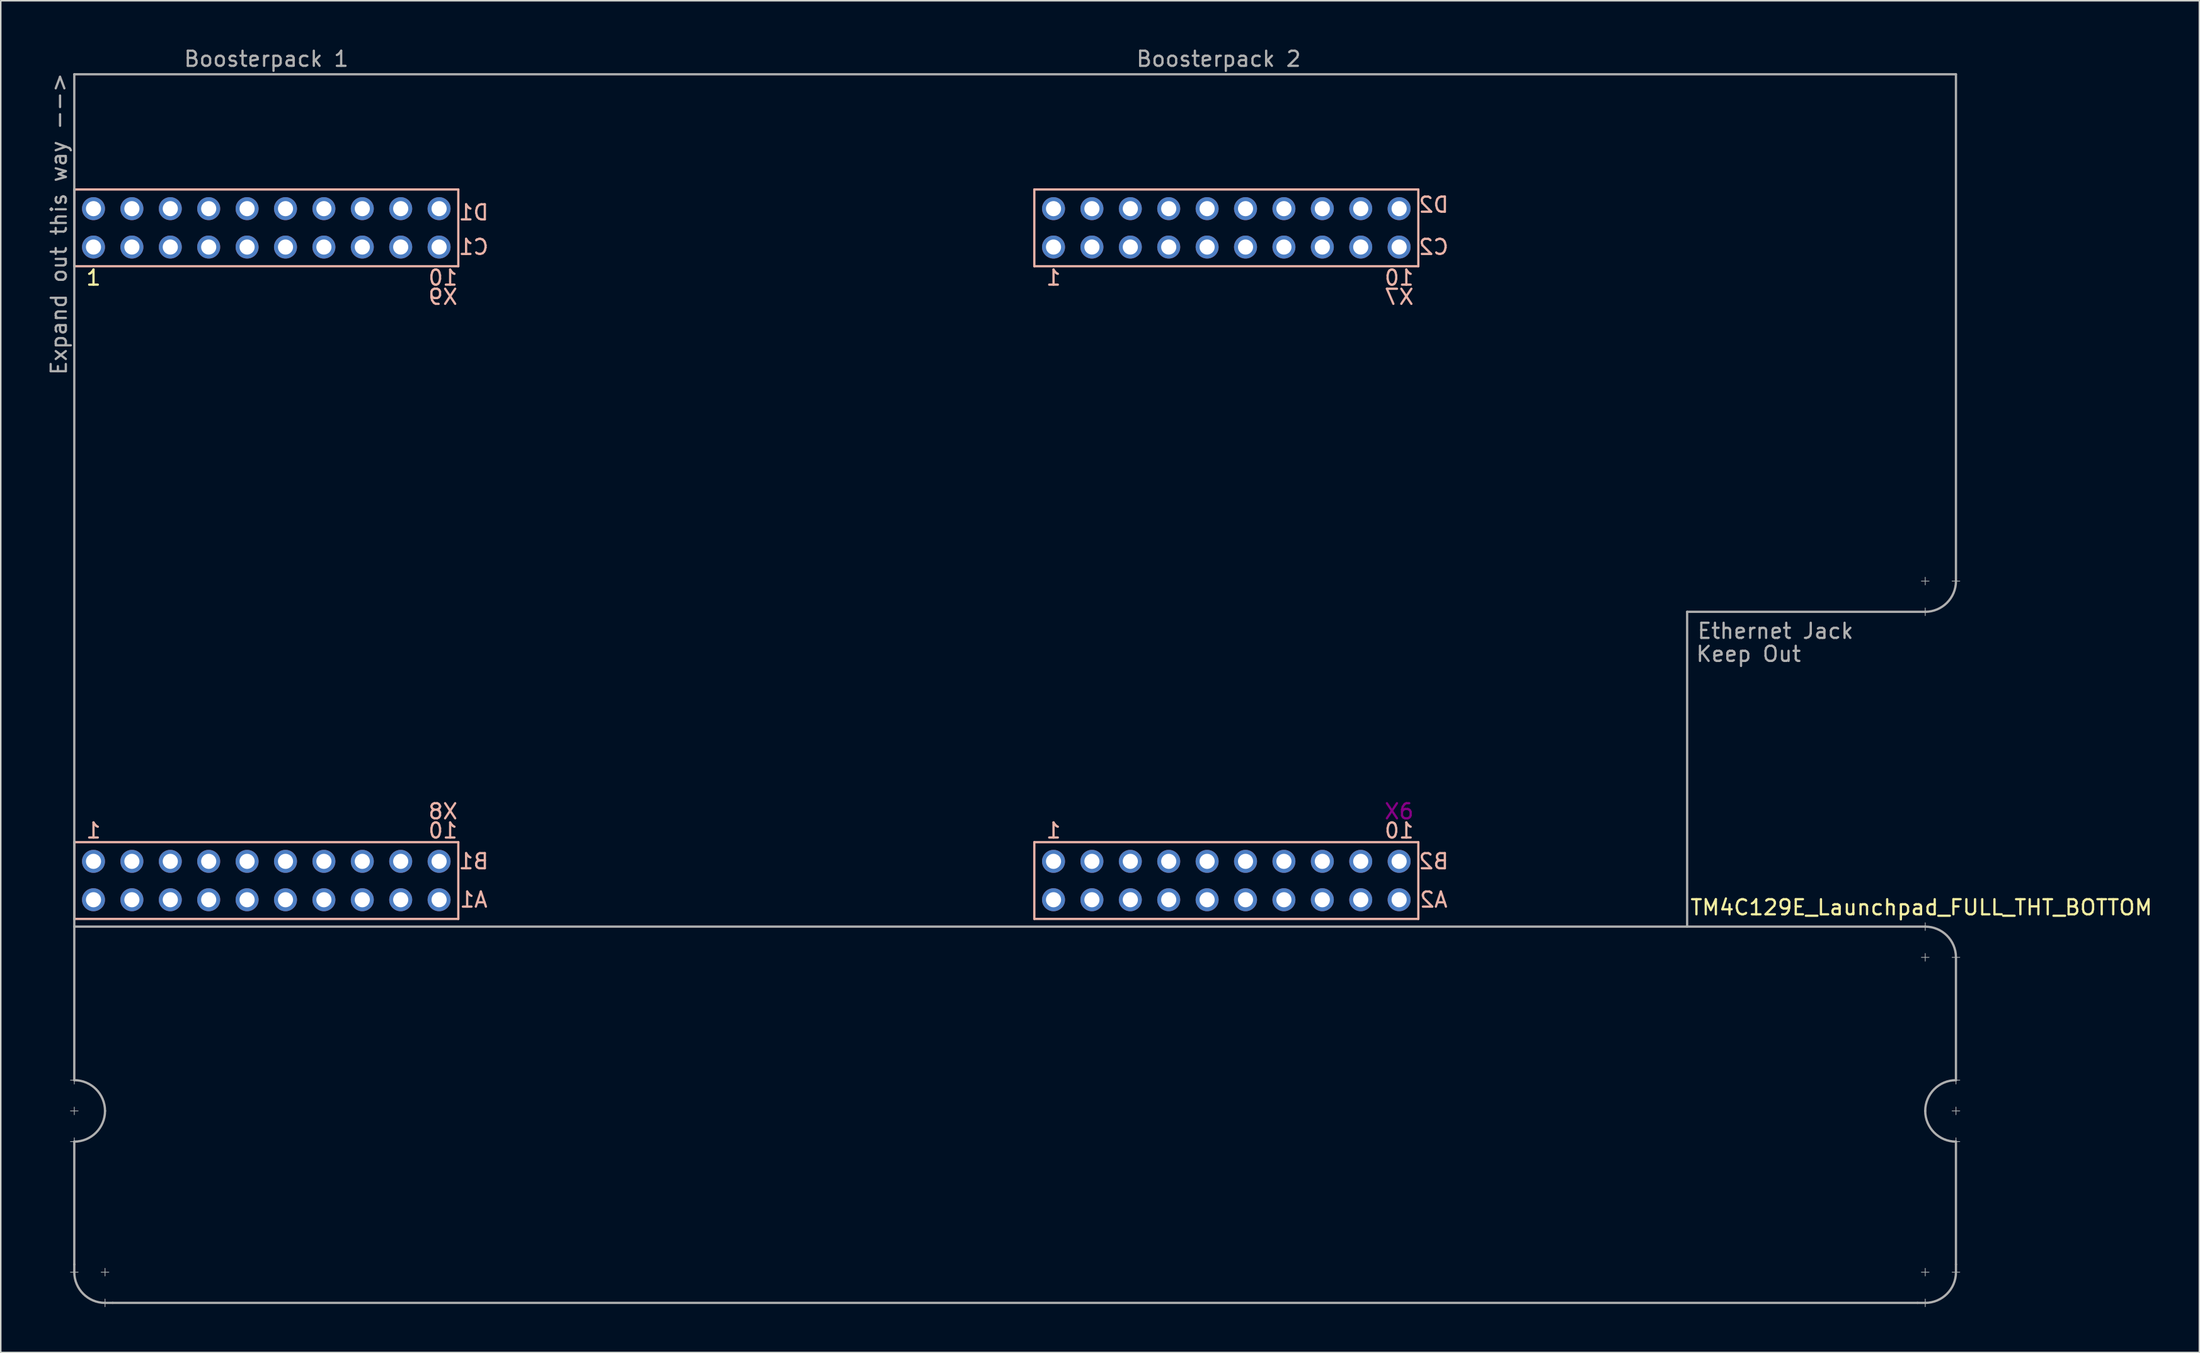
<source format=kicad_pcb>
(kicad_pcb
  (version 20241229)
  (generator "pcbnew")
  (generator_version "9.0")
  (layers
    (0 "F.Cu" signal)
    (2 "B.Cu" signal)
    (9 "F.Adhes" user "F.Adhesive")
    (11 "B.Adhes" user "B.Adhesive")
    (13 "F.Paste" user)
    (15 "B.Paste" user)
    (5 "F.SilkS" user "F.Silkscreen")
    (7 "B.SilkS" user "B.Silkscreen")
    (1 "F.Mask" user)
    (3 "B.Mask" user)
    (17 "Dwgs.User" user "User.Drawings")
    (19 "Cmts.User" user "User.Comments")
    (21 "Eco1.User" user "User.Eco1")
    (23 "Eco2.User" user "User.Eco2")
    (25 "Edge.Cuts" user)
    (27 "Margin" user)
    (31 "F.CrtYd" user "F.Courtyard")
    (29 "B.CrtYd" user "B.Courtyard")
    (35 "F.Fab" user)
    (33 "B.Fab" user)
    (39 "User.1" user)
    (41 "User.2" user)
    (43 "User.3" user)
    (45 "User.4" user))
  (footprint "TM4C129E_Launchpad_FULL_THT_BOTTOM"
    (layer "F.Cu")
    (at 1.864 57.744)
    (property "Reference" "TM4C129E_Launchpad_FULL_THT_BOTTOM" (at 122.174 -0.762 180) (layer "F.SilkS") (effects (font (size 1 1) (thickness 0.15))))
    (attr through_hole)
    (fp_line (start 0 -48.26) (end 0 -43.18) (stroke (width 0.15) (type solid)) (layer "B.SilkS"))
    (fp_line (start 0 -43.18) (end 25.4 -43.18) (stroke (width 0.15) (type solid)) (layer "B.SilkS"))
    (fp_line (start 0 -5.08) (end 0 0) (stroke (width 0.15) (type solid)) (layer "B.SilkS"))
    (fp_line (start 0 0) (end 25.4 0) (stroke (width 0.15) (type solid)) (layer "B.SilkS"))
    (fp_line (start 25.4 -48.26) (end 0 -48.26) (stroke (width 0.15) (type solid)) (layer "B.SilkS"))
    (fp_line (start 25.4 -43.18) (end 25.4 -48.26) (stroke (width 0.15) (type solid)) (layer "B.SilkS"))
    (fp_line (start 25.4 -5.08) (end 0 -5.08) (stroke (width 0.15) (type solid)) (layer "B.SilkS"))
    (fp_line (start 25.4 0) (end 25.4 -5.08) (stroke (width 0.15) (type solid)) (layer "B.SilkS"))
    (fp_line (start 63.5 -48.26) (end 63.5 -43.18) (stroke (width 0.15) (type solid)) (layer "B.SilkS"))
    (fp_line (start 63.5 -43.18) (end 88.9 -43.18) (stroke (width 0.15) (type solid)) (layer "B.SilkS"))
    (fp_line (start 63.5 -5.08) (end 63.5 0) (stroke (width 0.15) (type solid)) (layer "B.SilkS"))
    (fp_line (start 63.5 0) (end 88.9 0) (stroke (width 0.15) (type solid)) (layer "B.SilkS"))
    (fp_line (start 88.9 -48.26) (end 63.5 -48.26) (stroke (width 0.15) (type solid)) (layer "B.SilkS"))
    (fp_line (start 88.9 -43.18) (end 88.9 -48.26) (stroke (width 0.15) (type solid)) (layer "B.SilkS"))
    (fp_line (start 88.9 -5.08) (end 63.5 -5.08) (stroke (width 0.15) (type solid)) (layer "B.SilkS"))
    (fp_line (start 88.9 0) (end 88.9 -5.08) (stroke (width 0.15) (type solid)) (layer "B.SilkS"))
    (fp_line (start -0.254 10.668) (end 0.254 10.668) (stroke (width 0.05) (type solid)) (layer "F.Fab"))
    (fp_line (start -0.254 12.7) (end 0.254 12.7) (stroke (width 0.05) (type solid)) (layer "F.Fab"))
    (fp_line (start -0.254 14.732) (end 0.254 14.732) (stroke (width 0.05) (type solid)) (layer "F.Fab"))
    (fp_line (start 0 -55.88) (end 0 0.508) (stroke (width 0.15) (type solid)) (layer "F.Fab"))
    (fp_line (start 0 -55.88) (end 124.46 -55.88) (stroke (width 0.15) (type solid)) (layer "F.Fab"))
    (fp_line (start 0 0.508) (end 122.428 0.508) (stroke (width 0.15) (type solid)) (layer "F.Fab"))
    (fp_line (start 0 10.414) (end 0 10.922) (stroke (width 0.05) (type solid)) (layer "F.Fab"))
    (fp_line (start 0 10.668) (end 0 0.508) (stroke (width 0.15) (type solid)) (layer "F.Fab"))
    (fp_line (start 0 12.446) (end 0 12.954) (stroke (width 0.05) (type solid)) (layer "F.Fab"))
    (fp_line (start 0 14.478) (end 0 14.986) (stroke (width 0.05) (type solid)) (layer "F.Fab"))
    (fp_line (start 0 22.86) (end 0 14.732) (stroke (width 0.15) (type solid)) (layer "F.Fab"))
    (fp_line (start 0 22.86) (end 0 23.368) (stroke (width 0.15) (type solid)) (layer "F.Fab"))
    (fp_line (start 0.254 23.368) (end -0.254 23.368) (stroke (width 0.05) (type solid)) (layer "F.Fab"))
    (fp_line (start 1.778 23.368) (end 2.286 23.368) (stroke (width 0.05) (type solid)) (layer "F.Fab"))
    (fp_line (start 2.032 23.114) (end 2.032 23.622) (stroke (width 0.05) (type solid)) (layer "F.Fab"))
    (fp_line (start 2.032 25.146) (end 2.032 25.654) (stroke (width 0.05) (type solid)) (layer "F.Fab"))
    (fp_line (start 2.032 25.4) (end 2.54 25.4) (stroke (width 0.15) (type solid)) (layer "F.Fab"))
    (fp_line (start 2.54 25.4) (end 121.92 25.4) (stroke (width 0.15) (type solid)) (layer "F.Fab"))
    (fp_line (start 106.68 -20.32) (end 106.68 0.508) (stroke (width 0.15) (type solid)) (layer "F.Fab"))
    (fp_line (start 121.92 25.4) (end 122.428 25.4) (stroke (width 0.15) (type solid)) (layer "F.Fab"))
    (fp_line (start 122.174 -22.352) (end 122.682 -22.352) (stroke (width 0.05) (type solid)) (layer "F.Fab"))
    (fp_line (start 122.174 2.54) (end 122.682 2.54) (stroke (width 0.05) (type solid)) (layer "F.Fab"))
    (fp_line (start 122.174 23.368) (end 122.682 23.368) (stroke (width 0.05) (type solid)) (layer "F.Fab"))
    (fp_line (start 122.428 -22.606) (end 122.428 -22.098) (stroke (width 0.05) (type solid)) (layer "F.Fab"))
    (fp_line (start 122.428 -20.574) (end 122.428 -20.066) (stroke (width 0.05) (type solid)) (layer "F.Fab"))
    (fp_line (start 122.428 -20.32) (end 106.68 -20.32) (stroke (width 0.15) (type solid)) (layer "F.Fab"))
    (fp_line (start 122.428 0.254) (end 122.428 0.762) (stroke (width 0.05) (type solid)) (layer "F.Fab"))
    (fp_line (start 122.428 2.286) (end 122.428 2.794) (stroke (width 0.05) (type solid)) (layer "F.Fab"))
    (fp_line (start 122.428 23.114) (end 122.428 23.622) (stroke (width 0.05) (type solid)) (layer "F.Fab"))
    (fp_line (start 122.428 25.146) (end 122.428 25.654) (stroke (width 0.05) (type solid)) (layer "F.Fab"))
    (fp_line (start 124.206 -22.352) (end 124.714 -22.352) (stroke (width 0.05) (type solid)) (layer "F.Fab"))
    (fp_line (start 124.206 2.54) (end 124.714 2.54) (stroke (width 0.05) (type solid)) (layer "F.Fab"))
    (fp_line (start 124.206 10.668) (end 124.714 10.668) (stroke (width 0.05) (type solid)) (layer "F.Fab"))
    (fp_line (start 124.206 12.7) (end 124.714 12.7) (stroke (width 0.05) (type solid)) (layer "F.Fab"))
    (fp_line (start 124.206 14.732) (end 124.714 14.732) (stroke (width 0.05) (type solid)) (layer "F.Fab"))
    (fp_line (start 124.206 23.368) (end 124.714 23.368) (stroke (width 0.05) (type solid)) (layer "F.Fab"))
    (fp_line (start 124.46 -55.88) (end 124.46 -22.352) (stroke (width 0.15) (type solid)) (layer "F.Fab"))
    (fp_line (start 124.46 10.414) (end 124.46 10.922) (stroke (width 0.05) (type solid)) (layer "F.Fab"))
    (fp_line (start 124.46 10.668) (end 124.46 2.54) (stroke (width 0.15) (type solid)) (layer "F.Fab"))
    (fp_line (start 124.46 12.446) (end 124.46 12.954) (stroke (width 0.05) (type solid)) (layer "F.Fab"))
    (fp_line (start 124.46 14.478) (end 124.46 14.986) (stroke (width 0.05) (type solid)) (layer "F.Fab"))
    (fp_line (start 124.46 14.732) (end 124.46 22.86) (stroke (width 0.15) (type solid)) (layer "F.Fab"))
    (fp_line (start 124.46 23.343) (end 124.46 22.86) (stroke (width 0.15) (type solid)) (layer "F.Fab"))
    (fp_arc (start 0 10.668) (mid 1.436841 11.263159) (end 2.032 12.7) (stroke (width 0.15) (type solid)) (layer "F.Fab"))
    (fp_arc (start 2.032 12.7) (mid 1.436841 14.136841) (end 0 14.732) (stroke (width 0.15) (type solid)) (layer "F.Fab"))
    (fp_arc (start 2.032 25.4) (mid 0.595159 24.804841) (end 0 23.368) (stroke (width 0.15) (type solid)) (layer "F.Fab"))
    (fp_arc (start 122.428 0.508) (mid 123.864841 1.103159) (end 124.46 2.54) (stroke (width 0.15) (type solid)) (layer "F.Fab"))
    (fp_arc (start 122.428 12.7) (mid 123.023159 11.263159) (end 124.46 10.668) (stroke (width 0.15) (type solid)) (layer "F.Fab"))
    (fp_arc (start 124.46 -22.352) (mid 123.864841 -20.915159) (end 122.428 -20.32) (stroke (width 0.15) (type solid)) (layer "F.Fab"))
    (fp_arc (start 124.46 14.732) (mid 123.023159 14.136841) (end 122.428 12.7) (stroke (width 0.15) (type solid)) (layer "F.Fab"))
    (fp_arc (start 124.46 23.368) (mid 123.864841 24.804841) (end 122.428 25.4) (stroke (width 0.15) (type solid)) (layer "F.Fab"))
    (fp_text user "1" (at 1.27 -42.418 180) (layer "F.SilkS") (effects (font (size 1 1) (thickness 0.15))))
    (fp_text user "A2" (at 89.916 -1.27 180) (layer "B.SilkS") (effects (font (size 1 1) (thickness 0.15)) (justify mirror)))
    (fp_text user "X9" (at 24.384 -41.148 180) (layer "B.SilkS") (effects (font (size 1 1) (thickness 0.15)) (justify mirror)))
    (fp_text user "X7" (at 87.63 -41.148 180) (layer "B.SilkS") (effects (font (size 1 1) (thickness 0.15)) (justify mirror)))
    (fp_text user "D2" (at 89.916 -47.244 0) (layer "B.SilkS") (effects (font (size 1 1) (thickness 0.15)) (justify mirror)))
    (fp_text user "1" (at 64.77 -42.418 180) (layer "B.SilkS") (effects (font (size 1 1) (thickness 0.15)) (justify mirror)))
    (fp_text user "B2" (at 89.916 -3.81 180) (layer "B.SilkS") (effects (font (size 1 1) (thickness 0.15)) (justify mirror)))
    (fp_text user "B1" (at 26.416 -3.81 180) (layer "B.SilkS") (effects (font (size 1 1) (thickness 0.15)) (justify mirror)))
    (fp_text user "10" (at 24.384 -42.418 180) (layer "B.SilkS") (effects (font (size 1 1) (thickness 0.15)) (justify mirror)))
    (fp_text user "D1" (at 26.416 -46.736 180) (layer "B.SilkS") (effects (font (size 1 1) (thickness 0.15)) (justify mirror)))
    (fp_text user "A1" (at 26.416 -1.27 180) (layer "B.SilkS") (effects (font (size 1 1) (thickness 0.15)) (justify mirror)))
    (fp_text user "10" (at 87.63 -42.418 180) (layer "B.SilkS") (effects (font (size 1 1) (thickness 0.15)) (justify mirror)))
    (fp_text user "10" (at 24.384 -5.842 180) (layer "B.SilkS") (effects (font (size 1 1) (thickness 0.15)) (justify mirror)))
    (fp_text user "X8" (at 24.384 -7.112 180) (layer "B.SilkS") (effects (font (size 1 1) (thickness 0.15)) (justify mirror)))
    (fp_text user "1" (at 64.77 -5.842 180) (layer "B.SilkS") (effects (font (size 1 1) (thickness 0.15)) (justify mirror)))
    (fp_text user "C2" (at 89.916 -44.45 180) (layer "B.SilkS") (effects (font (size 1 1) (thickness 0.15)) (justify mirror)))
    (fp_text user "1" (at 1.27 -5.842 180) (layer "B.SilkS") (effects (font (size 1 1) (thickness 0.15)) (justify mirror)))
    (fp_text user "C1" (at 26.416 -44.45 180) (layer "B.SilkS") (effects (font (size 1 1) (thickness 0.15)) (justify mirror)))
    (fp_text user "10" (at 87.63 -5.842 180) (layer "B.SilkS") (effects (font (size 1 1) (thickness 0.15)) (justify mirror)))
    (fp_text user "X6" (at 87.63 -7.112 0) (layer "F.Adhes") (effects (font (size 1 1) (thickness 0.15))))
    (fp_text user "Expand out this way -->" (at -1.016 -45.974 90) (layer "F.Fab") (effects (font (size 1 1) (thickness 0.15))))
    (fp_text user "Keep Out" (at 110.744 -17.526 0) (layer "F.Fab") (effects (font (size 1 1) (thickness 0.15))))
    (fp_text user "Ethernet Jack" (at 112.522 -19.05 0) (layer "F.Fab") (effects (font (size 1 1) (thickness 0.15))))
    (fp_text user "Boosterpack 1" (at 12.7 -56.896 0) (layer "F.Fab") (effects (font (size 1 1) (thickness 0.15))))
    (fp_text user "Boosterpack 2" (at 75.692 -56.896 0) (layer "F.Fab") (effects (font (size 1 1) (thickness 0.15))))
    (pad "+3V3" thru_hole circle (at 1.27 -1.27 180) (size 1.52 1.52) (drill 1) (layers "*.Cu" "*.Mask" "F.Paste"))
    (pad "+3V3`" thru_hole circle (at 64.77 -1.27 180) (size 1.52 1.52) (drill 1) (layers "*.Cu" "*.Mask" "F.Paste"))
    (pad "+5V" thru_hole circle (at 1.27 -3.81 180) (size 1.52 1.52) (drill 1) (layers "*.Cu" "*.Mask" "F.Paste"))
    (pad "+5V`" thru_hole circle (at 64.77 -3.81 180) (size 1.52 1.52) (drill 1) (layers "*.Cu" "*.Mask" "F.Paste"))
    (pad "GND" thru_hole circle (at 1.27 -46.99 180) (size 1.52 1.52) (drill 1) (layers "*.Cu" "*.Mask" "F.Paste"))
    (pad "GND" thru_hole circle (at 3.81 -3.81 180) (size 1.52 1.52) (drill 1) (layers "*.Cu" "*.Mask" "F.Paste"))
    (pad "GND" thru_hole circle (at 64.77 -46.99 180) (size 1.52 1.52) (drill 1) (layers "*.Cu" "*.Mask" "F.Paste"))
    (pad "GND" thru_hole circle (at 67.31 -3.81 180) (size 1.52 1.52) (drill 1) (layers "*.Cu" "*.Mask" "F.Paste"))
    (pad "PA4" thru_hole circle (at 85.09 -3.81 180) (size 1.52 1.52) (drill 1) (layers "*.Cu" "*.Mask" "F.Paste"))
    (pad "PA5" thru_hole circle (at 87.63 -3.81 180) (size 1.52 1.52) (drill 1) (layers "*.Cu" "*.Mask" "F.Paste"))
    (pad "PA6" thru_hole circle (at 19.05 -3.81 180) (size 1.52 1.52) (drill 1) (layers "*.Cu" "*.Mask" "F.Paste"))
    (pad "PA7" thru_hole circle (at 72.39 -46.99 180) (size 1.52 1.52) (drill 1) (layers "*.Cu" "*.Mask" "F.Paste"))
    (pad "PB2" thru_hole circle (at 21.59 -1.27 180) (size 1.52 1.52) (drill 1) (layers "*.Cu" "*.Mask" "F.Paste"))
    (pad "PB3" thru_hole circle (at 24.13 -1.27 180) (size 1.52 1.52) (drill 1) (layers "*.Cu" "*.Mask" "F.Paste"))
    (pad "PB4" thru_hole circle (at 69.85 -3.81 180) (size 1.52 1.52) (drill 1) (layers "*.Cu" "*.Mask" "F.Paste"))
    (pad "PB5" thru_hole circle (at 72.39 -3.81 180) (size 1.52 1.52) (drill 1) (layers "*.Cu" "*.Mask" "F.Paste"))
    (pad "PC4" thru_hole circle (at 6.35 -1.27 180) (size 1.52 1.52) (drill 1) (layers "*.Cu" "*.Mask" "F.Paste"))
    (pad "PC5" thru_hole circle (at 8.89 -1.27 180) (size 1.52 1.52) (drill 1) (layers "*.Cu" "*.Mask" "F.Paste"))
    (pad "PC6" thru_hole circle (at 11.43 -1.27 180) (size 1.52 1.52) (drill 1) (layers "*.Cu" "*.Mask" "F.Paste"))
    (pad "PC7" thru_hole circle (at 19.05 -1.27 180) (size 1.52 1.52) (drill 1) (layers "*.Cu" "*.Mask" "F.Paste"))
    (pad "PD0" thru_hole circle (at 16.51 -46.99 180) (size 1.52 1.52) (drill 1) (layers "*.Cu" "*.Mask" "F.Paste"))
    (pad "PD1" thru_hole circle (at 13.97 -46.99 180) (size 1.52 1.52) (drill 1) (layers "*.Cu" "*.Mask" "F.Paste"))
    (pad "PD2" thru_hole circle (at 67.31 -1.27 180) (size 1.52 1.52) (drill 1) (layers "*.Cu" "*.Mask" "F.Paste"))
    (pad "PD3" thru_hole circle (at 16.51 -1.27 180) (size 1.52 1.52) (drill 1) (layers "*.Cu" "*.Mask" "F.Paste"))
    (pad "PD4" thru_hole circle (at 74.93 -1.27 180) (size 1.52 1.52) (drill 1) (layers "*.Cu" "*.Mask" "F.Paste"))
    (pad "PD5" thru_hole circle (at 77.47 -1.27 180) (size 1.52 1.52) (drill 1) (layers "*.Cu" "*.Mask" "F.Paste"))
    (pad "PD7" thru_hole circle (at 16.51 -3.81 180) (size 1.52 1.52) (drill 1) (layers "*.Cu" "*.Mask" "F.Paste"))
    (pad "PE0" thru_hole circle (at 6.35 -3.81 180) (size 1.52 1.52) (drill 1) (layers "*.Cu" "*.Mask" "F.Paste"))
    (pad "PE1" thru_hole circle (at 8.89 -3.81 180) (size 1.52 1.52) (drill 1) (layers "*.Cu" "*.Mask" "F.Paste"))
    (pad "PE2" thru_hole circle (at 11.43 -3.81 180) (size 1.52 1.52) (drill 1) (layers "*.Cu" "*.Mask" "F.Paste"))
    (pad "PE3" thru_hole circle (at 13.97 -3.81 180) (size 1.52 1.52) (drill 1) (layers "*.Cu" "*.Mask" "F.Paste"))
    (pad "PE4" thru_hole circle (at 3.81 -1.27 180) (size 1.52 1.52) (drill 1) (layers "*.Cu" "*.Mask" "F.Paste"))
    (pad "PE5" thru_hole circle (at 13.97 -1.27 180) (size 1.52 1.52) (drill 1) (layers "*.Cu" "*.Mask" "F.Paste"))
    (pad "PF1" thru_hole circle (at 1.27 -44.45 180) (size 1.52 1.52) (drill 1) (layers "*.Cu" "*.Mask" "F.Paste"))
    (pad "PF2" thru_hole circle (at 3.81 -44.45 180) (size 1.52 1.52) (drill 1) (layers "*.Cu" "*.Mask" "F.Paste"))
    (pad "PF3" thru_hole circle (at 6.35 -44.45 180) (size 1.52 1.52) (drill 1) (layers "*.Cu" "*.Mask" "F.Paste"))
    (pad "PG0" thru_hole circle (at 8.89 -44.45 180) (size 1.52 1.52) (drill 1) (layers "*.Cu" "*.Mask" "F.Paste"))
    (pad "PG1" thru_hole circle (at 64.77 -44.45 180) (size 1.52 1.52) (drill 1) (layers "*.Cu" "*.Mask" "F.Paste"))
    (pad "PH0" thru_hole circle (at 80.01 -44.45 180) (size 1.52 1.52) (drill 1) (layers "*.Cu" "*.Mask" "F.Paste"))
    (pad "PH1" thru_hole circle (at 82.55 -44.45 180) (size 1.52 1.52) (drill 1) (layers "*.Cu" "*.Mask" "F.Paste"))
    (pad "PH2" thru_hole circle (at 6.35 -46.99 180) (size 1.52 1.52) (drill 1) (layers "*.Cu" "*.Mask" "F.Paste"))
    (pad "PH3" thru_hole circle (at 8.89 -46.99 180) (size 1.52 1.52) (drill 1) (layers "*.Cu" "*.Mask" "F.Paste"))
    (pad "PK0" thru_hole circle (at 74.93 -3.81 180) (size 1.52 1.52) (drill 1) (layers "*.Cu" "*.Mask" "F.Paste"))
    (pad "PK1" thru_hole circle (at 77.47 -3.81 180) (size 1.52 1.52) (drill 1) (layers "*.Cu" "*.Mask" "F.Paste"))
    (pad "PK2" thru_hole circle (at 80.01 -3.81 180) (size 1.52 1.52) (drill 1) (layers "*.Cu" "*.Mask" "F.Paste"))
    (pad "PK3" thru_hole circle (at 82.55 -3.81 180) (size 1.52 1.52) (drill 1) (layers "*.Cu" "*.Mask" "F.Paste"))
    (pad "PK4" thru_hole circle (at 67.31 -44.45 180) (size 1.52 1.52) (drill 1) (layers "*.Cu" "*.Mask" "F.Paste"))
    (pad "PK5" thru_hole circle (at 69.85 -44.45 180) (size 1.52 1.52) (drill 1) (layers "*.Cu" "*.Mask" "F.Paste"))
    (pad "PK6" thru_hole circle (at 85.09 -44.45 180) (size 1.52 1.52) (drill 1) (layers "*.Cu" "*.Mask" "F.Paste"))
    (pad "PK7" thru_hole circle (at 87.63 -44.45 180) (size 1.52 1.52) (drill 1) (layers "*.Cu" "*.Mask" "F.Paste"))
    (pad "PL0" thru_hole circle (at 16.51 -44.45 180) (size 1.52 1.52) (drill 1) (layers "*.Cu" "*.Mask" "F.Paste"))
    (pad "PL1" thru_hole circle (at 19.05 -44.45 180) (size 1.52 1.52) (drill 1) (layers "*.Cu" "*.Mask" "F.Paste"))
    (pad "PL2" thru_hole circle (at 21.59 -44.45 180) (size 1.52 1.52) (drill 1) (layers "*.Cu" "*.Mask" "F.Paste"))
    (pad "PL3" thru_hole circle (at 24.13 -44.45 180) (size 1.52 1.52) (drill 1) (layers "*.Cu" "*.Mask" "F.Paste"))
    (pad "PL4" thru_hole circle (at 11.43 -44.45 180) (size 1.52 1.52) (drill 1) (layers "*.Cu" "*.Mask" "F.Paste"))
    (pad "PL5" thru_hole circle (at 13.97 -44.45 180) (size 1.52 1.52) (drill 1) (layers "*.Cu" "*.Mask" "F.Paste"))
    (pad "PM0" thru_hole circle (at 72.39 -44.45 180) (size 1.52 1.52) (drill 1) (layers "*.Cu" "*.Mask" "F.Paste"))
    (pad "PM1" thru_hole circle (at 74.93 -44.45 180) (size 1.52 1.52) (drill 1) (layers "*.Cu" "*.Mask" "F.Paste"))
    (pad "PM2" thru_hole circle (at 77.47 -44.45 180) (size 1.52 1.52) (drill 1) (layers "*.Cu" "*.Mask" "F.Paste"))
    (pad "PM3" thru_hole circle (at 3.81 -46.99 180) (size 1.52 1.52) (drill 1) (layers "*.Cu" "*.Mask" "F.Paste"))
    (pad "PM4" thru_hole circle (at 21.59 -3.81 180) (size 1.52 1.52) (drill 1) (layers "*.Cu" "*.Mask" "F.Paste"))
    (pad "PM5" thru_hole circle (at 24.13 -3.81 180) (size 1.52 1.52) (drill 1) (layers "*.Cu" "*.Mask" "F.Paste"))
    (pad "PM6" thru_hole circle (at 87.63 -46.99 180) (size 1.52 1.52) (drill 1) (layers "*.Cu" "*.Mask" "F.Paste"))
    (pad "PM7" thru_hole circle (at 67.31 -46.99 180) (size 1.52 1.52) (drill 1) (layers "*.Cu" "*.Mask" "F.Paste"))
    (pad "PN2" thru_hole circle (at 19.05 -46.99 180) (size 1.52 1.52) (drill 1) (layers "*.Cu" "*.Mask" "F.Paste"))
    (pad "PN3" thru_hole circle (at 21.59 -46.99 180) (size 1.52 1.52) (drill 1) (layers "*.Cu" "*.Mask" "F.Paste"))
    (pad "PN4" thru_hole circle (at 87.63 -1.27 180) (size 1.52 1.52) (drill 1) (layers "*.Cu" "*.Mask" "F.Paste"))
    (pad "PN5" thru_hole circle (at 85.09 -1.27 180) (size 1.52 1.52) (drill 1) (layers "*.Cu" "*.Mask" "F.Paste"))
    (pad "PP0" thru_hole circle (at 69.85 -1.27 180) (size 1.52 1.52) (drill 1) (layers "*.Cu" "*.Mask" "F.Paste"))
    (pad "PP1" thru_hole circle (at 72.39 -1.27 180) (size 1.52 1.52) (drill 1) (layers "*.Cu" "*.Mask" "F.Paste"))
    (pad "PP2" thru_hole circle (at 24.13 -46.99 180) (size 1.52 1.52) (drill 1) (layers "*.Cu" "*.Mask" "F.Paste"))
    (pad "PP3" thru_hole circle (at 82.55 -46.99 180) (size 1.52 1.52) (drill 1) (layers "*.Cu" "*.Mask" "F.Paste"))
    (pad "PP4" thru_hole circle (at 82.55 -1.27 180) (size 1.52 1.52) (drill 1) (layers "*.Cu" "*.Mask" "F.Paste"))
    (pad "PP5" thru_hole circle (at 69.85 -46.99 180) (size 1.52 1.52) (drill 1) (layers "*.Cu" "*.Mask" "F.Paste"))
    (pad "PQ0" thru_hole circle (at 80.01 -1.27 180) (size 1.52 1.52) (drill 1) (layers "*.Cu" "*.Mask" "F.Paste"))
    (pad "PQ1" thru_hole circle (at 85.09 -46.99 180) (size 1.52 1.52) (drill 1) (layers "*.Cu" "*.Mask" "F.Paste"))
    (pad "PQ2" thru_hole circle (at 77.47 -46.99 180) (size 1.52 1.52) (drill 1) (layers "*.Cu" "*.Mask" "F.Paste"))
    (pad "PQ3" thru_hole circle (at 80.01 -46.99 180) (size 1.52 1.52) (drill 1) (layers "*.Cu" "*.Mask" "F.Paste"))
    (pad "Rese" thru_hole circle (at 11.43 -46.99 180) (size 1.52 1.52) (drill 1) (layers "*.Cu" "*.Mask" "F.Paste"))
    (pad "Rese`" thru_hole circle (at 74.93 -46.99 180) (size 1.52 1.52) (drill 1) (layers "*.Cu" "*.Mask" "F.Paste")))
  (gr_rect
    (start -3 -3)
    (end 142.425 86.423)
    (stroke (width 0.1) (type default))
    (fill no)
    (layer "Edge.Cuts")))
</source>
